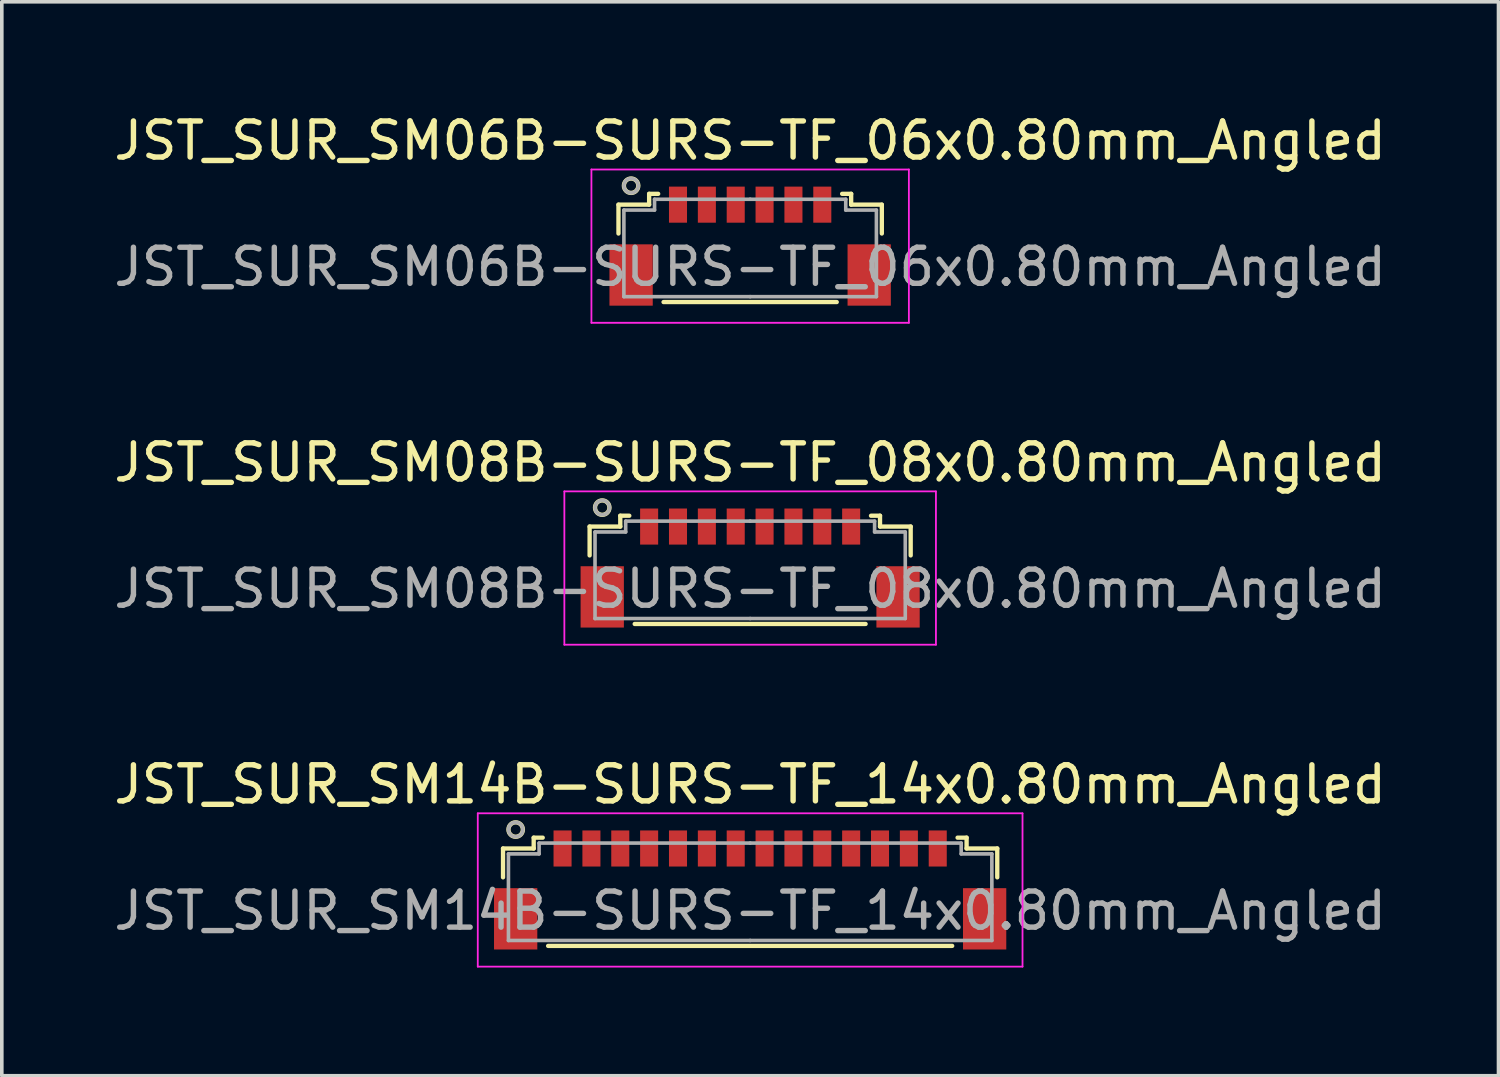
<source format=kicad_pcb>
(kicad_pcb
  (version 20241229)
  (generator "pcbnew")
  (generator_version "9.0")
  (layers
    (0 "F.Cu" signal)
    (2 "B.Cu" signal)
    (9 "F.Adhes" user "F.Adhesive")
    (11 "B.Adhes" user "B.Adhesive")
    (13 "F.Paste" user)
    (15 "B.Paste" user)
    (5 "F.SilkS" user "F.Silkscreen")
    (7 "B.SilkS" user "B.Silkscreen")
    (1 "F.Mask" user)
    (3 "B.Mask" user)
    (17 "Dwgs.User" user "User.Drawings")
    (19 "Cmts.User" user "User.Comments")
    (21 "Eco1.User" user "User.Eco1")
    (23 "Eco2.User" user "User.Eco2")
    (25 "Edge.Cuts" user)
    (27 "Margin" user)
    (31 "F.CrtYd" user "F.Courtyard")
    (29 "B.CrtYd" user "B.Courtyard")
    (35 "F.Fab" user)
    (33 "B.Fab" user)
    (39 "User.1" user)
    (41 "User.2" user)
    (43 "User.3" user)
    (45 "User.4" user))
  (footprint "JST_SUR_SM14B-SURS-TF_14x0.80mm_Angled"
    (layer "F.Cu")
    (at 17.744 21.445)
    (property "Reference" "JST_SUR_SM14B-SURS-TF_14x0.80mm_Angled" (at 0 -2.75 0) (layer "F.SilkS") (effects (font (size 1 1) (thickness 0.15))))
    (attr smd)
    (fp_line (start -6.85 -0.975) (end -6.85 -0.175) (stroke (width 0.12) (type solid)) (layer "F.SilkS"))
    (fp_line (start -6 -1.275) (end -6 -0.975) (stroke (width 0.12) (type solid)) (layer "F.SilkS"))
    (fp_line (start -6 -0.975) (end -6.85 -0.975) (stroke (width 0.12) (type solid)) (layer "F.SilkS"))
    (fp_line (start -5.75 -1.275) (end -6 -1.275) (stroke (width 0.12) (type solid)) (layer "F.SilkS"))
    (fp_line (start -5.6 1.725) (end 5.6 1.725) (stroke (width 0.12) (type solid)) (layer "F.SilkS"))
    (fp_line (start 5.75 -1.275) (end 6 -1.275) (stroke (width 0.12) (type solid)) (layer "F.SilkS"))
    (fp_line (start 6 -1.275) (end 6 -0.975) (stroke (width 0.12) (type solid)) (layer "F.SilkS"))
    (fp_line (start 6 -0.975) (end 6.85 -0.975) (stroke (width 0.12) (type solid)) (layer "F.SilkS"))
    (fp_line (start 6.85 -0.975) (end 6.85 -0.175) (stroke (width 0.12) (type solid)) (layer "F.SilkS"))
    (fp_circle (center -6.5 -1.5) (end -6.3 -1.5) (stroke (width 0.12) (type solid)) (fill no) (layer "F.SilkS"))
    (fp_line (start -7.55 -1.95) (end 7.55 -1.95) (stroke (width 0.05) (type solid)) (layer "F.CrtYd"))
    (fp_line (start -7.55 2.3) (end -7.55 -1.95) (stroke (width 0.05) (type solid)) (layer "F.CrtYd"))
    (fp_line (start 7.55 -1.95) (end 7.55 2.3) (stroke (width 0.05) (type solid)) (layer "F.CrtYd"))
    (fp_line (start 7.55 2.3) (end -7.55 2.3) (stroke (width 0.05) (type solid)) (layer "F.CrtYd"))
    (fp_line (start -6.7 -0.825) (end -6.7 1.575) (stroke (width 0.1) (type solid)) (layer "F.Fab"))
    (fp_line (start -6.7 1.575) (end 0 1.575) (stroke (width 0.1) (type solid)) (layer "F.Fab"))
    (fp_line (start -5.85 -1.125) (end -5.85 -0.825) (stroke (width 0.1) (type solid)) (layer "F.Fab"))
    (fp_line (start -5.85 -0.825) (end -6.7 -0.825) (stroke (width 0.1) (type solid)) (layer "F.Fab"))
    (fp_line (start 0 -1.125) (end -5.85 -1.125) (stroke (width 0.1) (type solid)) (layer "F.Fab"))
    (fp_line (start 0 -1.125) (end 5.85 -1.125) (stroke (width 0.1) (type solid)) (layer "F.Fab"))
    (fp_line (start 5.85 -1.125) (end 5.85 -0.825) (stroke (width 0.1) (type solid)) (layer "F.Fab"))
    (fp_line (start 5.85 -0.825) (end 6.7 -0.825) (stroke (width 0.1) (type solid)) (layer "F.Fab"))
    (fp_line (start 6.7 -0.825) (end 6.7 1.575) (stroke (width 0.1) (type solid)) (layer "F.Fab"))
    (fp_line (start 6.7 1.575) (end 0 1.575) (stroke (width 0.1) (type solid)) (layer "F.Fab"))
    (fp_circle (center -6.5 -1.5) (end -6.3 -1.5) (stroke (width 0.1) (type solid)) (fill no) (layer "F.Fab"))
    (fp_text user "${REFERENCE}" (at 0 0.75 0) (layer "F.Fab") (effects (font (size 1 1) (thickness 0.15))))
    (pad "" smd rect (at -6.5 0.975) (size 1.2 1.7) (layers "F.Cu" "F.Mask" "F.Paste"))
    (pad "" smd rect (at 6.5 0.975) (size 1.2 1.7) (layers "F.Cu" "F.Mask" "F.Paste"))
    (pad "1" smd rect (at -5.2 -0.975) (size 0.5 1) (layers "F.Cu" "F.Mask" "F.Paste"))
    (pad "2" smd rect (at -4.4 -0.975) (size 0.5 1) (layers "F.Cu" "F.Mask" "F.Paste"))
    (pad "3" smd rect (at -3.6 -0.975) (size 0.5 1) (layers "F.Cu" "F.Mask" "F.Paste"))
    (pad "4" smd rect (at -2.8 -0.975) (size 0.5 1) (layers "F.Cu" "F.Mask" "F.Paste"))
    (pad "5" smd rect (at -2 -0.975) (size 0.5 1) (layers "F.Cu" "F.Mask" "F.Paste"))
    (pad "6" smd rect (at -1.2 -0.975) (size 0.5 1) (layers "F.Cu" "F.Mask" "F.Paste"))
    (pad "7" smd rect (at -0.4 -0.975) (size 0.5 1) (layers "F.Cu" "F.Mask" "F.Paste"))
    (pad "8" smd rect (at 0.4 -0.975) (size 0.5 1) (layers "F.Cu" "F.Mask" "F.Paste"))
    (pad "9" smd rect (at 1.2 -0.975) (size 0.5 1) (layers "F.Cu" "F.Mask" "F.Paste"))
    (pad "10" smd rect (at 2 -0.975) (size 0.5 1) (layers "F.Cu" "F.Mask" "F.Paste"))
    (pad "11" smd rect (at 2.8 -0.975) (size 0.5 1) (layers "F.Cu" "F.Mask" "F.Paste"))
    (pad "12" smd rect (at 3.6 -0.975) (size 0.5 1) (layers "F.Cu" "F.Mask" "F.Paste"))
    (pad "13" smd rect (at 4.4 -0.975) (size 0.5 1) (layers "F.Cu" "F.Mask" "F.Paste"))
    (pad "14" smd rect (at 5.2 -0.975) (size 0.5 1) (layers "F.Cu" "F.Mask" "F.Paste")))
  (footprint "JST_SUR_SM06B-SURS-TF_06x0.80mm_Angled"
    (layer "F.Cu")
    (at 17.744 3.598)
    (property "Reference" "JST_SUR_SM06B-SURS-TF_06x0.80mm_Angled" (at 0 -2.75 0) (layer "F.SilkS") (effects (font (size 1 1) (thickness 0.15))))
    (attr smd)
    (fp_line (start -3.65 -0.975) (end -3.65 -0.175) (stroke (width 0.12) (type solid)) (layer "F.SilkS"))
    (fp_line (start -2.8 -1.275) (end -2.8 -0.975) (stroke (width 0.12) (type solid)) (layer "F.SilkS"))
    (fp_line (start -2.8 -0.975) (end -3.65 -0.975) (stroke (width 0.12) (type solid)) (layer "F.SilkS"))
    (fp_line (start -2.55 -1.275) (end -2.8 -1.275) (stroke (width 0.12) (type solid)) (layer "F.SilkS"))
    (fp_line (start -2.4 1.725) (end 2.4 1.725) (stroke (width 0.12) (type solid)) (layer "F.SilkS"))
    (fp_line (start 2.55 -1.275) (end 2.8 -1.275) (stroke (width 0.12) (type solid)) (layer "F.SilkS"))
    (fp_line (start 2.8 -1.275) (end 2.8 -0.975) (stroke (width 0.12) (type solid)) (layer "F.SilkS"))
    (fp_line (start 2.8 -0.975) (end 3.65 -0.975) (stroke (width 0.12) (type solid)) (layer "F.SilkS"))
    (fp_line (start 3.65 -0.975) (end 3.65 -0.175) (stroke (width 0.12) (type solid)) (layer "F.SilkS"))
    (fp_circle (center -3.3 -1.5) (end -3.1 -1.5) (stroke (width 0.12) (type solid)) (fill no) (layer "F.SilkS"))
    (fp_line (start -4.4 -1.95) (end 4.4 -1.95) (stroke (width 0.05) (type solid)) (layer "F.CrtYd"))
    (fp_line (start -4.4 2.3) (end -4.4 -1.95) (stroke (width 0.05) (type solid)) (layer "F.CrtYd"))
    (fp_line (start 4.4 -1.95) (end 4.4 2.3) (stroke (width 0.05) (type solid)) (layer "F.CrtYd"))
    (fp_line (start 4.4 2.3) (end -4.4 2.3) (stroke (width 0.05) (type solid)) (layer "F.CrtYd"))
    (fp_line (start -3.5 -0.825) (end -3.5 1.575) (stroke (width 0.1) (type solid)) (layer "F.Fab"))
    (fp_line (start -3.5 1.575) (end 0 1.575) (stroke (width 0.1) (type solid)) (layer "F.Fab"))
    (fp_line (start -2.65 -1.125) (end -2.65 -0.825) (stroke (width 0.1) (type solid)) (layer "F.Fab"))
    (fp_line (start -2.65 -0.825) (end -3.5 -0.825) (stroke (width 0.1) (type solid)) (layer "F.Fab"))
    (fp_line (start 0 -1.125) (end -2.65 -1.125) (stroke (width 0.1) (type solid)) (layer "F.Fab"))
    (fp_line (start 0 -1.125) (end 2.65 -1.125) (stroke (width 0.1) (type solid)) (layer "F.Fab"))
    (fp_line (start 2.65 -1.125) (end 2.65 -0.825) (stroke (width 0.1) (type solid)) (layer "F.Fab"))
    (fp_line (start 2.65 -0.825) (end 3.5 -0.825) (stroke (width 0.1) (type solid)) (layer "F.Fab"))
    (fp_line (start 3.5 -0.825) (end 3.5 1.575) (stroke (width 0.1) (type solid)) (layer "F.Fab"))
    (fp_line (start 3.5 1.575) (end 0 1.575) (stroke (width 0.1) (type solid)) (layer "F.Fab"))
    (fp_circle (center -3.3 -1.5) (end -3.1 -1.5) (stroke (width 0.1) (type solid)) (fill no) (layer "F.Fab"))
    (fp_text user "${REFERENCE}" (at 0 0.75 0) (layer "F.Fab") (effects (font (size 1 1) (thickness 0.15))))
    (pad "" smd rect (at -3.3 0.975) (size 1.2 1.7) (layers "F.Cu" "F.Mask" "F.Paste"))
    (pad "" smd rect (at 3.3 0.975) (size 1.2 1.7) (layers "F.Cu" "F.Mask" "F.Paste"))
    (pad "1" smd rect (at -2 -0.975) (size 0.5 1) (layers "F.Cu" "F.Mask" "F.Paste"))
    (pad "2" smd rect (at -1.2 -0.975) (size 0.5 1) (layers "F.Cu" "F.Mask" "F.Paste"))
    (pad "3" smd rect (at -0.4 -0.975) (size 0.5 1) (layers "F.Cu" "F.Mask" "F.Paste"))
    (pad "4" smd rect (at 0.4 -0.975) (size 0.5 1) (layers "F.Cu" "F.Mask" "F.Paste"))
    (pad "5" smd rect (at 1.2 -0.975) (size 0.5 1) (layers "F.Cu" "F.Mask" "F.Paste"))
    (pad "6" smd rect (at 2 -0.975) (size 0.5 1) (layers "F.Cu" "F.Mask" "F.Paste")))
  (footprint "JST_SUR_SM08B-SURS-TF_08x0.80mm_Angled"
    (layer "F.Cu")
    (at 17.744 12.521)
    (property "Reference" "JST_SUR_SM08B-SURS-TF_08x0.80mm_Angled" (at 0 -2.75 0) (layer "F.SilkS") (effects (font (size 1 1) (thickness 0.15))))
    (attr smd)
    (fp_line (start -4.45 -0.975) (end -4.45 -0.175) (stroke (width 0.12) (type solid)) (layer "F.SilkS"))
    (fp_line (start -3.6 -1.275) (end -3.6 -0.975) (stroke (width 0.12) (type solid)) (layer "F.SilkS"))
    (fp_line (start -3.6 -0.975) (end -4.45 -0.975) (stroke (width 0.12) (type solid)) (layer "F.SilkS"))
    (fp_line (start -3.35 -1.275) (end -3.6 -1.275) (stroke (width 0.12) (type solid)) (layer "F.SilkS"))
    (fp_line (start -3.2 1.725) (end 3.2 1.725) (stroke (width 0.12) (type solid)) (layer "F.SilkS"))
    (fp_line (start 3.35 -1.275) (end 3.6 -1.275) (stroke (width 0.12) (type solid)) (layer "F.SilkS"))
    (fp_line (start 3.6 -1.275) (end 3.6 -0.975) (stroke (width 0.12) (type solid)) (layer "F.SilkS"))
    (fp_line (start 3.6 -0.975) (end 4.45 -0.975) (stroke (width 0.12) (type solid)) (layer "F.SilkS"))
    (fp_line (start 4.45 -0.975) (end 4.45 -0.175) (stroke (width 0.12) (type solid)) (layer "F.SilkS"))
    (fp_circle (center -4.1 -1.5) (end -3.9 -1.5) (stroke (width 0.12) (type solid)) (fill no) (layer "F.SilkS"))
    (fp_line (start -5.15 -1.95) (end 5.15 -1.95) (stroke (width 0.05) (type solid)) (layer "F.CrtYd"))
    (fp_line (start -5.15 2.3) (end -5.15 -1.95) (stroke (width 0.05) (type solid)) (layer "F.CrtYd"))
    (fp_line (start 5.15 -1.95) (end 5.15 2.3) (stroke (width 0.05) (type solid)) (layer "F.CrtYd"))
    (fp_line (start 5.15 2.3) (end -5.15 2.3) (stroke (width 0.05) (type solid)) (layer "F.CrtYd"))
    (fp_line (start -4.3 -0.825) (end -4.3 1.575) (stroke (width 0.1) (type solid)) (layer "F.Fab"))
    (fp_line (start -4.3 1.575) (end 0 1.575) (stroke (width 0.1) (type solid)) (layer "F.Fab"))
    (fp_line (start -3.45 -1.125) (end -3.45 -0.825) (stroke (width 0.1) (type solid)) (layer "F.Fab"))
    (fp_line (start -3.45 -0.825) (end -4.3 -0.825) (stroke (width 0.1) (type solid)) (layer "F.Fab"))
    (fp_line (start 0 -1.125) (end -3.45 -1.125) (stroke (width 0.1) (type solid)) (layer "F.Fab"))
    (fp_line (start 0 -1.125) (end 3.45 -1.125) (stroke (width 0.1) (type solid)) (layer "F.Fab"))
    (fp_line (start 3.45 -1.125) (end 3.45 -0.825) (stroke (width 0.1) (type solid)) (layer "F.Fab"))
    (fp_line (start 3.45 -0.825) (end 4.3 -0.825) (stroke (width 0.1) (type solid)) (layer "F.Fab"))
    (fp_line (start 4.3 -0.825) (end 4.3 1.575) (stroke (width 0.1) (type solid)) (layer "F.Fab"))
    (fp_line (start 4.3 1.575) (end 0 1.575) (stroke (width 0.1) (type solid)) (layer "F.Fab"))
    (fp_circle (center -4.1 -1.5) (end -3.9 -1.5) (stroke (width 0.1) (type solid)) (fill no) (layer "F.Fab"))
    (fp_text user "${REFERENCE}" (at 0 0.75 0) (layer "F.Fab") (effects (font (size 1 1) (thickness 0.15))))
    (pad "" smd rect (at -4.1 0.975) (size 1.2 1.7) (layers "F.Cu" "F.Mask" "F.Paste"))
    (pad "" smd rect (at 4.1 0.975) (size 1.2 1.7) (layers "F.Cu" "F.Mask" "F.Paste"))
    (pad "1" smd rect (at -2.8 -0.975) (size 0.5 1) (layers "F.Cu" "F.Mask" "F.Paste"))
    (pad "2" smd rect (at -2 -0.975) (size 0.5 1) (layers "F.Cu" "F.Mask" "F.Paste"))
    (pad "3" smd rect (at -1.2 -0.975) (size 0.5 1) (layers "F.Cu" "F.Mask" "F.Paste"))
    (pad "4" smd rect (at -0.4 -0.975) (size 0.5 1) (layers "F.Cu" "F.Mask" "F.Paste"))
    (pad "5" smd rect (at 0.4 -0.975) (size 0.5 1) (layers "F.Cu" "F.Mask" "F.Paste"))
    (pad "6" smd rect (at 1.2 -0.975) (size 0.5 1) (layers "F.Cu" "F.Mask" "F.Paste"))
    (pad "7" smd rect (at 2 -0.975) (size 0.5 1) (layers "F.Cu" "F.Mask" "F.Paste"))
    (pad "8" smd rect (at 2.8 -0.975) (size 0.5 1) (layers "F.Cu" "F.Mask" "F.Paste")))
  (gr_rect
    (start -3 -3)
    (end 38.488 26.77)
    (stroke (width 0.1) (type default))
    (fill no)
    (layer "Edge.Cuts")))
</source>
